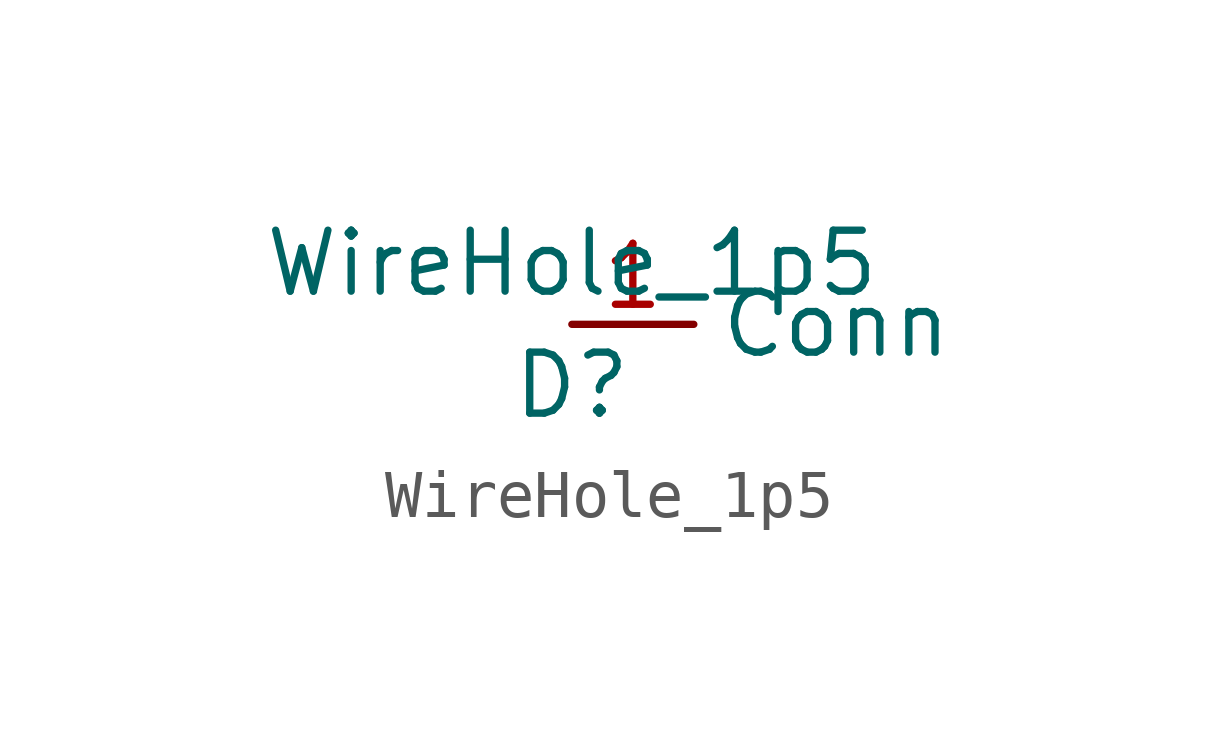
<source format=kicad_sym>
(kicad_symbol_lib
  (version 20211014)
  (generator kicad_symbol_editor)
  (symbol "WireHole_1p5"
    (property "Reference" "D"
      (at 0 -1.27 0)
      (effects (font (size 1.27 1.27))))
    (property "Value" "WireHole_1p5"
      (at 0 1.27 0)
      (effects (font (size 1.27 1.27))))
    (symbol "WireHole_1p5_1_0"
      (pin bidirectional line (at 0 0 0) (length 2.54) (name "Conn" (effects (font (size 1.27 1.27)))) (number "1" (effects (font (size 1.27 1.27))))))))
</source>
